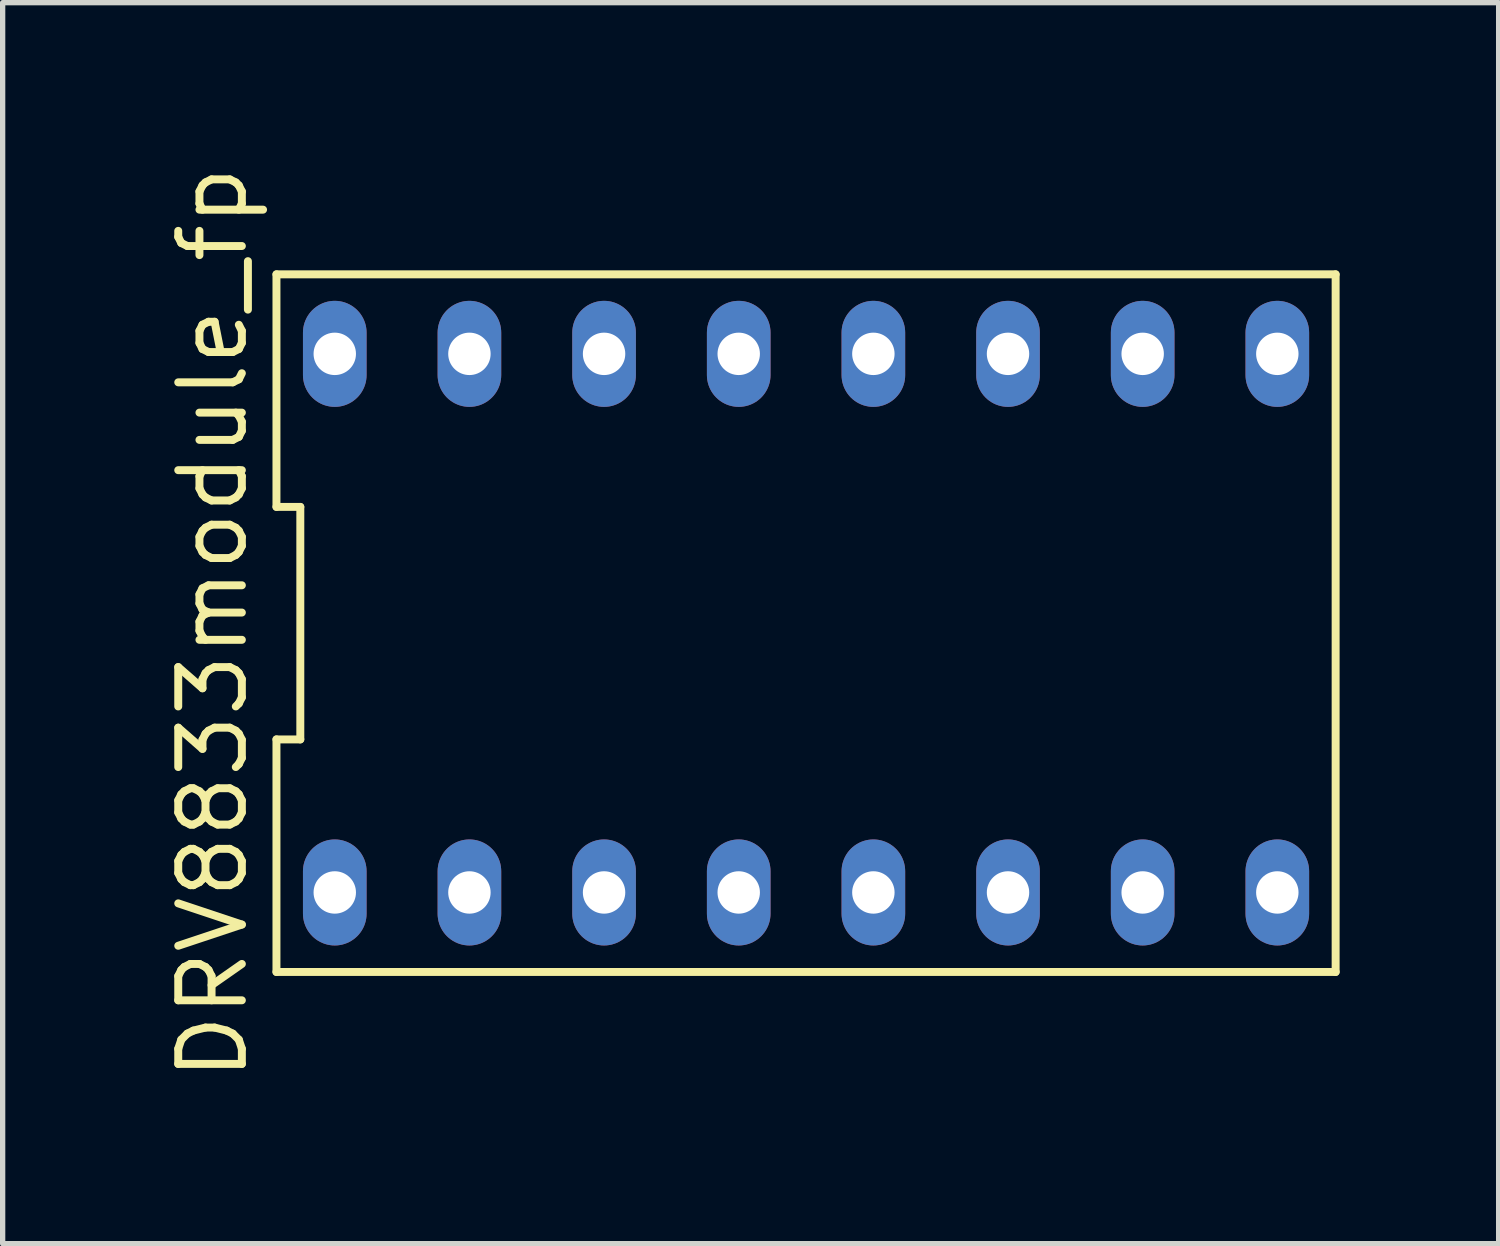
<source format=kicad_pcb>
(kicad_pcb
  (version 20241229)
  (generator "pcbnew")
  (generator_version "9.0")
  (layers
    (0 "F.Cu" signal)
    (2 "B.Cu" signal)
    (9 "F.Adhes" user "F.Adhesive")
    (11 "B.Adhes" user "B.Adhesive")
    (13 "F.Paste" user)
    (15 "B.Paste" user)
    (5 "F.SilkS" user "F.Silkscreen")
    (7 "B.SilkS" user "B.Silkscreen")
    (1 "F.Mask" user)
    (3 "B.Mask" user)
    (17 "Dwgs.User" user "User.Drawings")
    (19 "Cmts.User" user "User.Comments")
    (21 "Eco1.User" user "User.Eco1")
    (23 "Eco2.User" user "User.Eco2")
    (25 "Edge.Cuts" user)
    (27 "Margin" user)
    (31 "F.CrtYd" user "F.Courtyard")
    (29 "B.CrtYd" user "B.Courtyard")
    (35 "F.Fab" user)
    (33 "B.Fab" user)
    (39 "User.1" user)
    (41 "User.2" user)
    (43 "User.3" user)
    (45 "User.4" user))
  (footprint "DRV8833module_fp"
    (layer "F.Cu")
    (at 12.155 8.705)
    (property "Reference" "DRV8833module_fp" (at -11.19 0 90) (layer "F.SilkS") (effects (font (size 1.2 1.2) (thickness 0.15))))
    (attr through_hole)
    (fp_line (start -9.99 -6.58) (end -9.99 -2.193) (stroke (width 0.15) (type solid)) (layer "F.SilkS"))
    (fp_line (start -9.99 -2.193) (end -9.54 -2.193) (stroke (width 0.15) (type solid)) (layer "F.SilkS"))
    (fp_line (start -9.99 2.193) (end -9.99 6.58) (stroke (width 0.15) (type solid)) (layer "F.SilkS"))
    (fp_line (start -9.99 6.58) (end 9.99 6.58) (stroke (width 0.15) (type solid)) (layer "F.SilkS"))
    (fp_line (start -9.54 -2.193) (end -9.54 2.193) (stroke (width 0.15) (type solid)) (layer "F.SilkS"))
    (fp_line (start -9.54 2.193) (end -9.99 2.193) (stroke (width 0.15) (type solid)) (layer "F.SilkS"))
    (fp_line (start 9.99 -6.58) (end -9.99 -6.58) (stroke (width 0.15) (type solid)) (layer "F.SilkS"))
    (fp_line (start 9.99 6.58) (end 9.99 -6.58) (stroke (width 0.15) (type solid)) (layer "F.SilkS"))
    (pad "1" thru_hole oval (at -8.89 5.08) (size 1.2 2) (drill 0.8) (layers "*.Cu" "*.Mask"))
    (pad "2" thru_hole oval (at -6.35 5.08) (size 1.2 2) (drill 0.8) (layers "*.Cu" "*.Mask"))
    (pad "3" thru_hole oval (at -3.81 5.08) (size 1.2 2) (drill 0.8) (layers "*.Cu" "*.Mask"))
    (pad "4" thru_hole oval (at -1.27 5.08) (size 1.2 2) (drill 0.8) (layers "*.Cu" "*.Mask"))
    (pad "5" thru_hole oval (at 1.27 5.08) (size 1.2 2) (drill 0.8) (layers "*.Cu" "*.Mask"))
    (pad "6" thru_hole oval (at 3.81 5.08) (size 1.2 2) (drill 0.8) (layers "*.Cu" "*.Mask"))
    (pad "7" thru_hole oval (at 6.35 5.08) (size 1.2 2) (drill 0.8) (layers "*.Cu" "*.Mask"))
    (pad "8" thru_hole oval (at 8.89 5.08) (size 1.2 2) (drill 0.8) (layers "*.Cu" "*.Mask"))
    (pad "9" thru_hole oval (at 8.89 -5.08) (size 1.2 2) (drill 0.8) (layers "*.Cu" "*.Mask"))
    (pad "10" thru_hole oval (at 6.35 -5.08) (size 1.2 2) (drill 0.8) (layers "*.Cu" "*.Mask"))
    (pad "11" thru_hole oval (at 3.81 -5.08) (size 1.2 2) (drill 0.8) (layers "*.Cu" "*.Mask"))
    (pad "12" thru_hole oval (at 1.27 -5.08) (size 1.2 2) (drill 0.8) (layers "*.Cu" "*.Mask"))
    (pad "13" thru_hole oval (at -1.27 -5.08) (size 1.2 2) (drill 0.8) (layers "*.Cu" "*.Mask"))
    (pad "14" thru_hole oval (at -3.81 -5.08) (size 1.2 2) (drill 0.8) (layers "*.Cu" "*.Mask"))
    (pad "15" thru_hole oval (at -6.35 -5.08) (size 1.2 2) (drill 0.8) (layers "*.Cu" "*.Mask"))
    (pad "16" thru_hole oval (at -8.89 -5.08) (size 1.2 2) (drill 0.8) (layers "*.Cu" "*.Mask")))
  (gr_rect
    (start -3 -3)
    (end 25.22 20.41)
    (stroke (width 0.1) (type default))
    (fill no)
    (layer "Edge.Cuts")))
</source>
